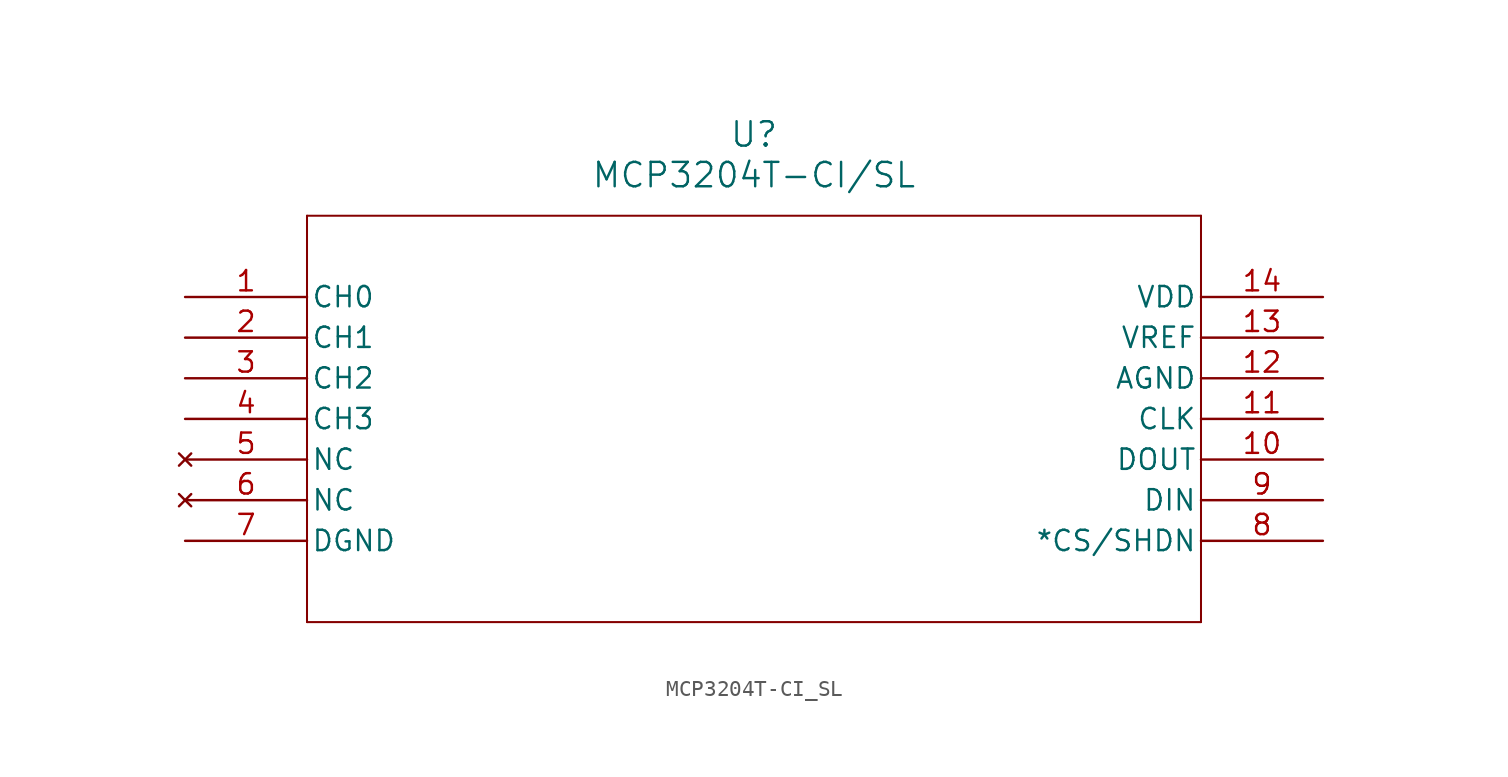
<source format=kicad_sym>
(kicad_symbol_lib
  (version 20211014)
  (generator kicad_symbol_editor)
  (symbol "MCP3204T-CI_SL"
    (pin_names
      (offset 0.254))
    (property "Reference" "U"
      (at 35.56 10.16 0)
      (effects (font (size 1.524 1.524))))
    (property "Value" "MCP3204T-CI/SL"
      (at 35.56 7.62 0)
      (effects (font (size 1.524 1.524))))
    (symbol "MCP3204T-CI_SL_0_1"
      (polyline (pts (xy 7.62 5.08) (xy 7.62 -20.32)) (stroke (width 0.127) (type default) (color 0 0 0 0)) (fill (type none)))
      (polyline (pts (xy 7.62 -20.32) (xy 63.5 -20.32)) (stroke (width 0.127) (type default) (color 0 0 0 0)) (fill (type none)))
      (polyline (pts (xy 63.5 -20.32) (xy 63.5 5.08)) (stroke (width 0.127) (type default) (color 0 0 0 0)) (fill (type none)))
      (polyline (pts (xy 63.5 5.08) (xy 7.62 5.08)) (stroke (width 0.127) (type default) (color 0 0 0 0)) (fill (type none)))
      (pin input line (at 0 0 0) (length 7.62) (name "CH0" (effects (font (size 1.27 1.27)))) (number "1" (effects (font (size 1.27 1.27)))))
      (pin input line (at 0 -2.54 0) (length 7.62) (name "CH1" (effects (font (size 1.27 1.27)))) (number "2" (effects (font (size 1.27 1.27)))))
      (pin input line (at 0 -5.08 0) (length 7.62) (name "CH2" (effects (font (size 1.27 1.27)))) (number "3" (effects (font (size 1.27 1.27)))))
      (pin input line (at 0 -7.62 0) (length 7.62) (name "CH3" (effects (font (size 1.27 1.27)))) (number "4" (effects (font (size 1.27 1.27)))))
      (pin no_connect line (at 0 -10.16 0) (length 7.62) (name "NC" (effects (font (size 1.27 1.27)))) (number "5" (effects (font (size 1.27 1.27)))))
      (pin no_connect line (at 0 -12.7 0) (length 7.62) (name "NC" (effects (font (size 1.27 1.27)))) (number "6" (effects (font (size 1.27 1.27)))))
      (pin unspecified line (at 0 -15.24 0) (length 7.62) (name "DGND" (effects (font (size 1.27 1.27)))) (number "7" (effects (font (size 1.27 1.27)))))
      (pin input line (at 71.12 -15.24 180) (length 7.62) (name "*CS/SHDN" (effects (font (size 1.27 1.27)))) (number "8" (effects (font (size 1.27 1.27)))))
      (pin input line (at 71.12 -12.7 180) (length 7.62) (name "DIN" (effects (font (size 1.27 1.27)))) (number "9" (effects (font (size 1.27 1.27)))))
      (pin tri_state line (at 71.12 -10.16 180) (length 7.62) (name "DOUT" (effects (font (size 1.27 1.27)))) (number "10" (effects (font (size 1.27 1.27)))))
      (pin input line (at 71.12 -7.62 180) (length 7.62) (name "CLK" (effects (font (size 1.27 1.27)))) (number "11" (effects (font (size 1.27 1.27)))))
      (pin unspecified line (at 71.12 -5.08 180) (length 7.62) (name "AGND" (effects (font (size 1.27 1.27)))) (number "12" (effects (font (size 1.27 1.27)))))
      (pin input line (at 71.12 -2.54 180) (length 7.62) (name "VREF" (effects (font (size 1.27 1.27)))) (number "13" (effects (font (size 1.27 1.27)))))
      (pin unspecified line (at 71.12 0 180) (length 7.62) (name "VDD" (effects (font (size 1.27 1.27)))) (number "14" (effects (font (size 1.27 1.27))))))))
</source>
